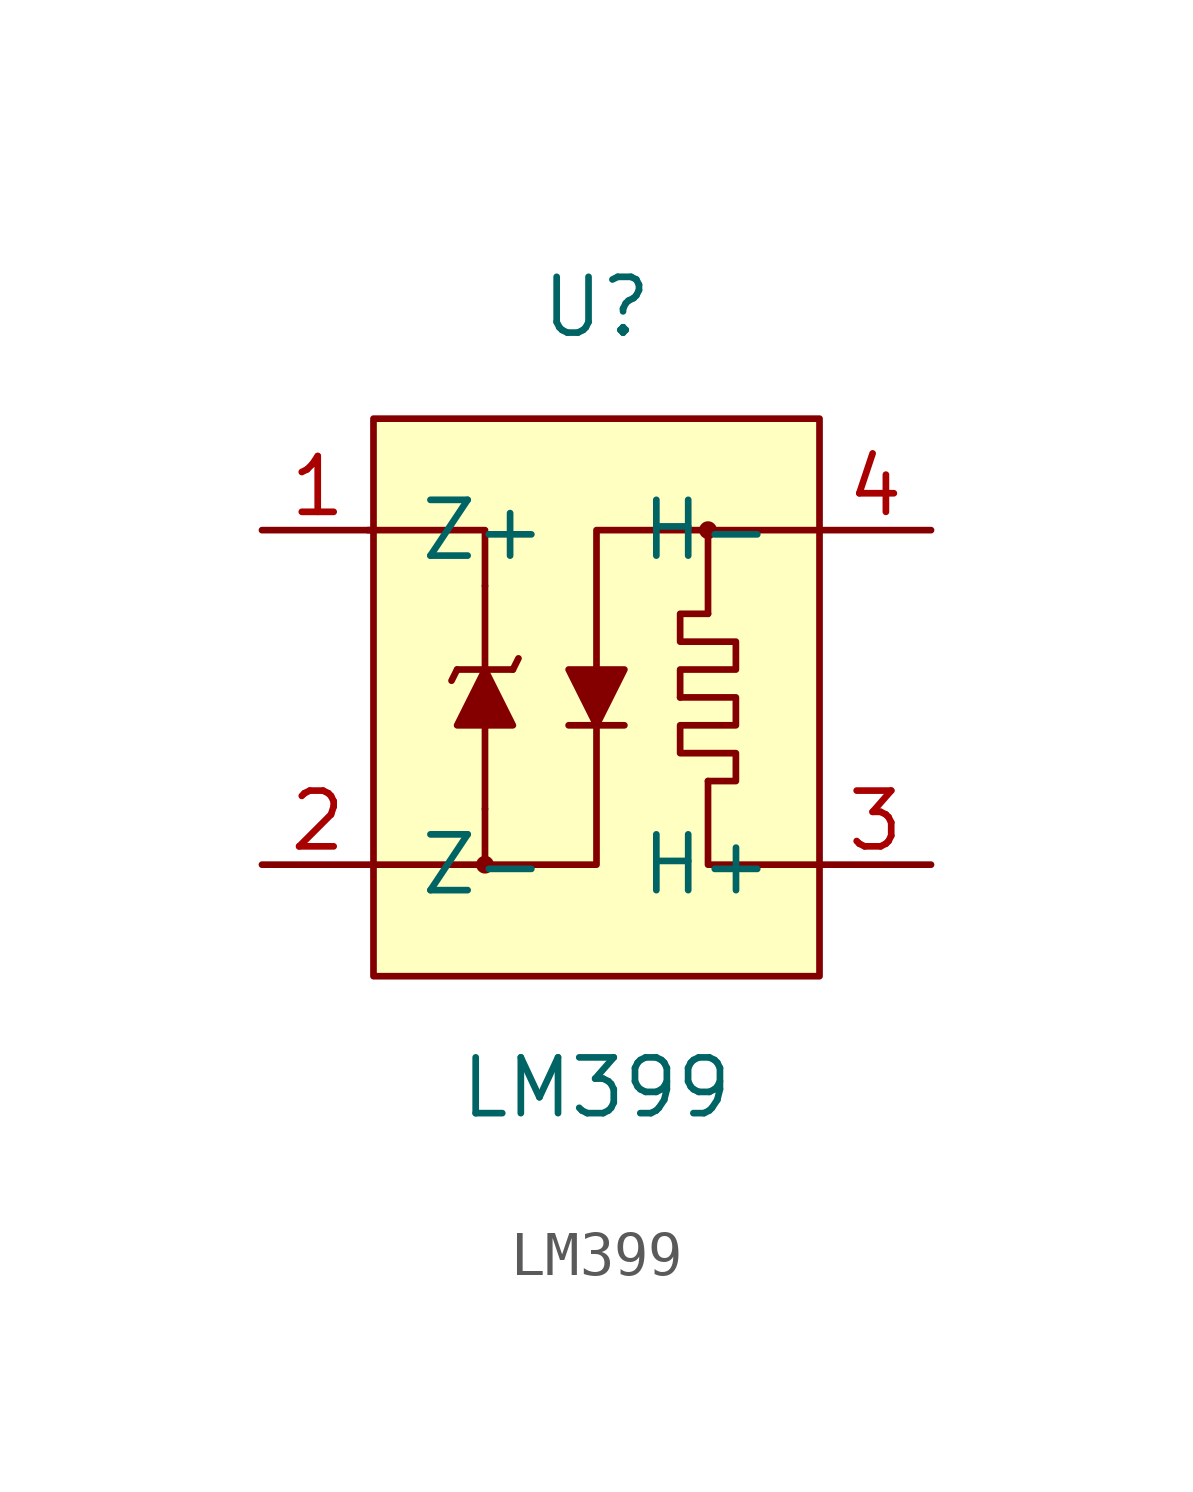
<source format=kicad_sym>
(kicad_symbol_lib
  (version 20211014)
  (generator kicad_symbol_editor)
  (symbol "LM399"
    (pin_names
      (offset 1.016))
    (property "Reference" "U"
      (at 0 8.89 0)
      (effects (font (size 1.27 1.27))))
    (property "Value" "LM399"
      (at 0 -8.89 0)
      (effects (font (size 1.27 1.27))))
    (symbol "LM399_0_1"
      (rectangle (start -5.08 6.35) (end 5.08 -6.35) (stroke (width 0) (type default) (color 0 0 0 0)) (fill (type background)))
      (circle (center -2.54 -3.81) (radius 0.127) (stroke (width 0) (type default) (color 0 0 0 0)) (fill (type none)))
      (polyline (pts (xy -3.175 0.635) (xy -3.302 0.381)) (stroke (width 0) (type default) (color 0 0 0 0)) (fill (type none)))
      (polyline (pts (xy -3.175 0.635) (xy -1.905 0.635)) (stroke (width 0) (type default) (color 0 0 0 0)) (fill (type none)))
      (polyline (pts (xy -2.54 2.54) (xy -2.54 -2.54)) (stroke (width 0) (type default) (color 0 0 0 0)) (fill (type none)))
      (polyline (pts (xy -1.905 0.635) (xy -1.778 0.889)) (stroke (width 0) (type default) (color 0 0 0 0)) (fill (type none)))
      (polyline (pts (xy -0.635 -0.635) (xy 0.635 -0.635)) (stroke (width 0) (type default) (color 0 0 0 0)) (fill (type none)))
      (polyline (pts (xy -2.54 -2.54) (xy -2.54 -3.81) (xy -5.08 -3.81)) (stroke (width 0) (type default) (color 0 0 0 0)) (fill (type none)))
      (polyline (pts (xy -2.54 2.54) (xy -2.54 3.81) (xy -5.207 3.81)) (stroke (width 0) (type default) (color 0 0 0 0)) (fill (type none)))
      (polyline (pts (xy 2.54 -1.905) (xy 2.54 -3.81) (xy 5.08 -3.81)) (stroke (width 0) (type default) (color 0 0 0 0)) (fill (type none)))
      (polyline (pts (xy 5.08 3.81) (xy 2.54 3.81) (xy 2.54 1.905)) (stroke (width 0) (type default) (color 0 0 0 0)) (fill (type none)))
      (polyline (pts (xy -2.54 0.635) (xy -3.175 -0.635) (xy -1.905 -0.635) (xy -2.54 0.635)) (stroke (width 0) (type default) (color 0 0 0 0)) (fill (type outline)))
      (polyline (pts (xy 0 -0.635) (xy 0.635 0.635) (xy -0.635 0.635) (xy 0 -0.635)) (stroke (width 0) (type default) (color 0 0 0 0)) (fill (type outline)))
      (polyline (pts (xy 2.54 3.81) (xy 0 3.81) (xy 0 -3.81) (xy -2.54 -3.81)) (stroke (width 0) (type default) (color 0 0 0 0)) (fill (type none)))
      (polyline (pts (xy 1.905 0) (xy 1.905 0.635) (xy 3.175 0.635) (xy 3.175 1.27) (xy 1.905 1.27) (xy 1.905 1.905) (xy 2.54 1.905)) (stroke (width 0) (type default) (color 0 0 0 0)) (fill (type none)))
      (polyline (pts (xy 1.905 0) (xy 3.175 0) (xy 3.175 -0.635) (xy 1.905 -0.635) (xy 1.905 -1.27) (xy 3.175 -1.27) (xy 3.175 -1.905) (xy 2.54 -1.905)) (stroke (width 0) (type default) (color 0 0 0 0)) (fill (type none)))
      (circle (center 2.54 3.81) (radius 0.127) (stroke (width 0) (type default) (color 0 0 0 0)) (fill (type none))))
    (symbol "LM399_1_1"
      (pin input line (at -7.62 3.81 0) (length 2.54) (name "Z+" (effects (font (size 1.27 1.27)))) (number "1" (effects (font (size 1.27 1.27)))))
      (pin input line (at -7.62 -3.81 0) (length 2.54) (name "Z-" (effects (font (size 1.27 1.27)))) (number "2" (effects (font (size 1.27 1.27)))))
      (pin power_in line (at 7.62 -3.81 180) (length 2.54) (name "H+" (effects (font (size 1.27 1.27)))) (number "3" (effects (font (size 1.27 1.27)))))
      (pin power_in line (at 7.62 3.81 180) (length 2.54) (name "H-" (effects (font (size 1.27 1.27)))) (number "4" (effects (font (size 1.27 1.27))))))))
</source>
